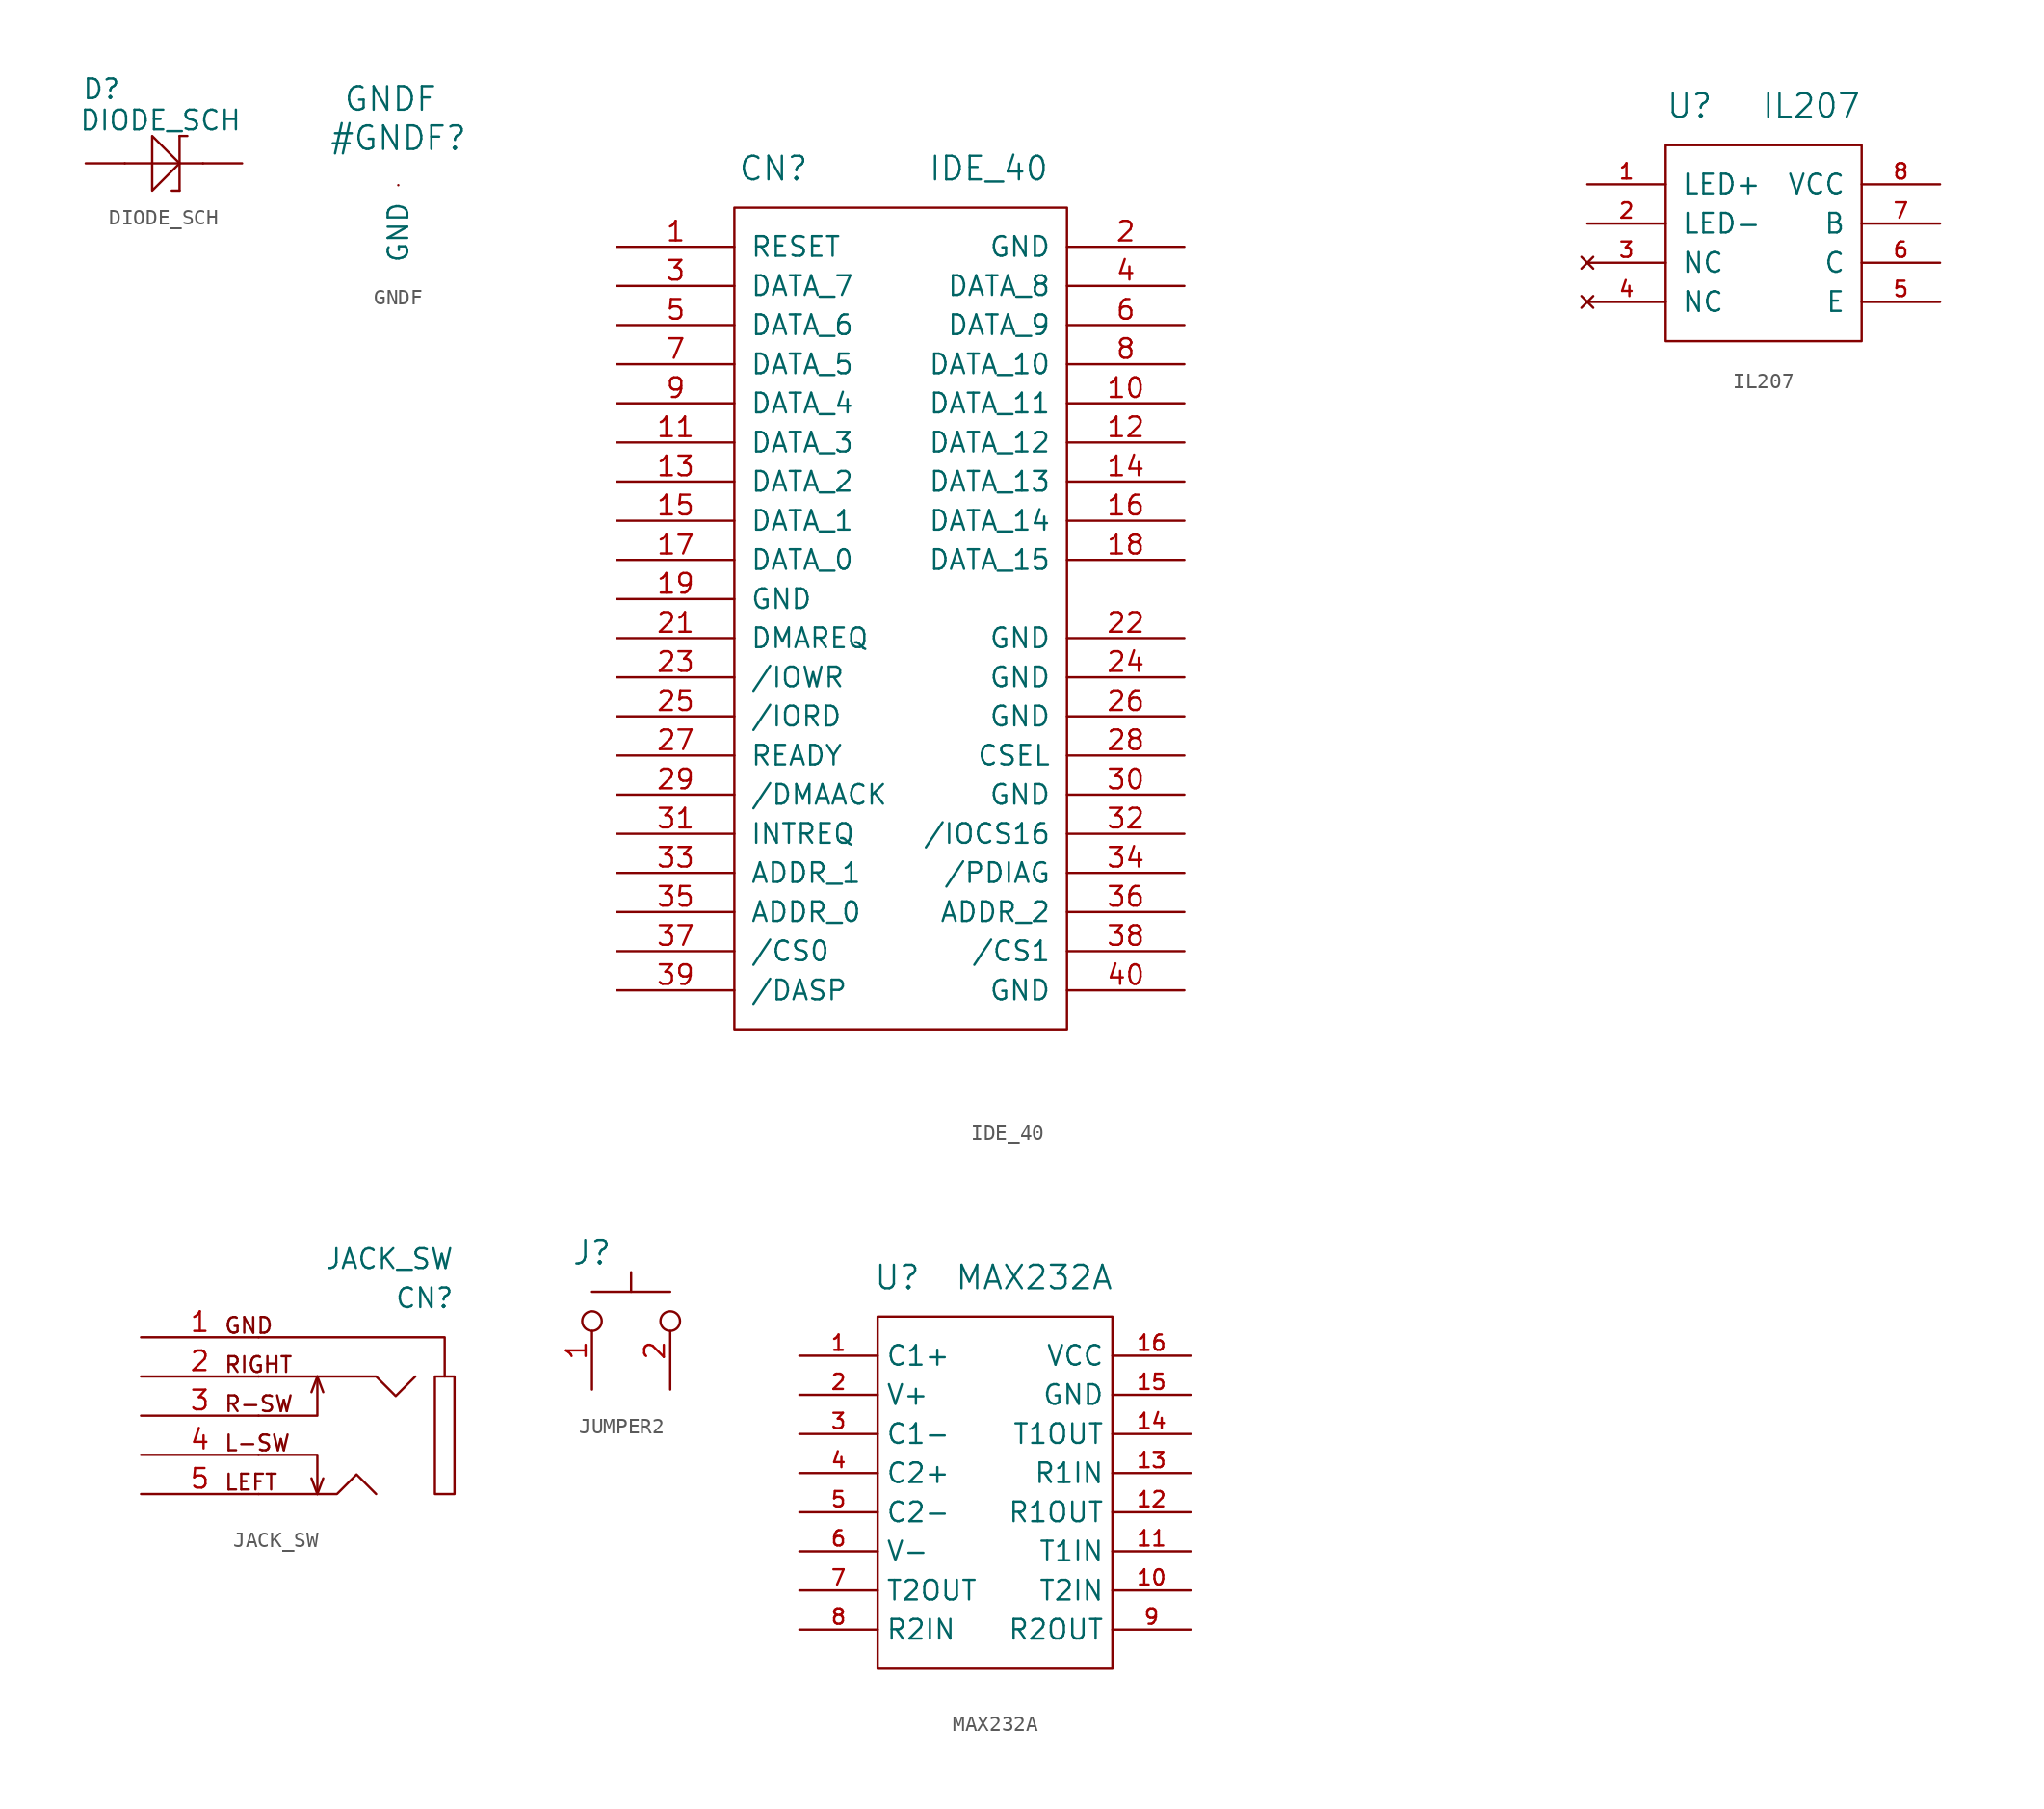
<source format=kicad_sym>
(kicad_symbol_lib
  (version 20211014)
  (generator kicad_symbol_editor)
  (symbol "DIODE_SCH"
    (pin_numbers hide)
    (pin_names
      (offset 1.016) hide)
    (property "Reference" "D"
      (at -5.334 4.826 0)
      (effects (font (size 1.27 1.27)) (justify left)))
    (property "Value" "DIODE_SCH"
      (at 5.08 2.794 0)
      (effects (font (size 1.27 1.27)) (justify right)))
    (property "Footprint" ""
      (at 0 0 0)
      (effects (font (size 1.524 1.524))))
    (property "Datasheet" ""
      (at 0 0 0)
      (effects (font (size 1.524 1.524))))
    (symbol "DIODE_SCH_0_1"
      (polyline (pts (xy -2.54 0) (xy 2.54 0)) (stroke (width 0) (type default) (color 0 0 0 0)) (fill (type none)))
      (polyline (pts (xy 1.016 -1.778) (xy 0.508 -1.778)) (stroke (width 0) (type default) (color 0 0 0 0)) (fill (type none)))
      (polyline (pts (xy 1.016 1.778) (xy 1.016 -1.778)) (stroke (width 0) (type default) (color 0 0 0 0)) (fill (type none)))
      (polyline (pts (xy 1.016 1.778) (xy 1.524 1.778)) (stroke (width 0) (type default) (color 0 0 0 0)) (fill (type none)))
      (polyline (pts (xy -0.762 1.778) (xy 1.016 0) (xy -0.762 -1.778) (xy -0.762 1.778)) (stroke (width 0) (type default) (color 0 0 0 0)) (fill (type none))))
    (symbol "DIODE_SCH_1_1"
      (pin passive line (at -5.08 0 0) (length 2.54) (name "1" (effects (font (size 1.27 1.27)))) (number "1" (effects (font (size 1.27 1.27)))))
      (pin passive line (at 5.08 0 180) (length 2.54) (name "2" (effects (font (size 1.27 1.27)))) (number "2" (effects (font (size 1.27 1.27)))))))
  (symbol "GNDF"
    (power)
    (pin_numbers hide)
    (pin_names
      (offset 1.016))
    (property "Reference" "#GNDF"
      (at 0 3.048 0)
      (effects (font (size 1.524 1.524))))
    (property "Value" "GNDF"
      (at -0.508 5.588 0)
      (effects (font (size 1.524 1.524))))
    (property "Footprint" ""
      (at 0 0 0)
      (effects (font (size 1.524 1.524))))
    (property "Datasheet" ""
      (at 0 0 0)
      (effects (font (size 1.524 1.524))))
    (symbol "GNDF_1_1"
      (pin power_out line (at 0 0 270) (length 0) (name "GND" (effects (font (size 1.27 1.27)))) (number "1" (effects (font (size 1.27 1.27)))))))
  (symbol "IDE_40"
    (pin_names
      (offset 1.016))
    (property "Reference" "CN"
      (at -7.62 29.21 0)
      (effects (font (size 1.524 1.524))))
    (property "Value" "IDE_40"
      (at 6.35 29.21 0)
      (effects (font (size 1.524 1.524))))
    (property "Footprint" ""
      (at 33.02 27.94 0)
      (effects (font (size 1.524 1.524))))
    (property "Datasheet" ""
      (at 33.02 27.94 0)
      (effects (font (size 1.524 1.524))))
    (symbol "IDE_40_0_1"
      (rectangle (start -10.16 -26.67) (end 11.43 26.67) (stroke (width 0) (type default) (color 0 0 0 0)) (fill (type none))))
    (symbol "IDE_40_1_1"
      (pin passive line (at -17.78 24.13 0) (length 7.62) (name "RESET" (effects (font (size 1.27 1.27)))) (number "1" (effects (font (size 1.27 1.27)))))
      (pin passive line (at 19.05 13.97 180) (length 7.62) (name "DATA_11" (effects (font (size 1.27 1.27)))) (number "10" (effects (font (size 1.27 1.27)))))
      (pin passive line (at -17.78 11.43 0) (length 7.62) (name "DATA_3" (effects (font (size 1.27 1.27)))) (number "11" (effects (font (size 1.27 1.27)))))
      (pin passive line (at 19.05 11.43 180) (length 7.62) (name "DATA_12" (effects (font (size 1.27 1.27)))) (number "12" (effects (font (size 1.27 1.27)))))
      (pin passive line (at -17.78 8.89 0) (length 7.62) (name "DATA_2" (effects (font (size 1.27 1.27)))) (number "13" (effects (font (size 1.27 1.27)))))
      (pin passive line (at 19.05 8.89 180) (length 7.62) (name "DATA_13" (effects (font (size 1.27 1.27)))) (number "14" (effects (font (size 1.27 1.27)))))
      (pin passive line (at -17.78 6.35 0) (length 7.62) (name "DATA_1" (effects (font (size 1.27 1.27)))) (number "15" (effects (font (size 1.27 1.27)))))
      (pin passive line (at 19.05 6.35 180) (length 7.62) (name "DATA_14" (effects (font (size 1.27 1.27)))) (number "16" (effects (font (size 1.27 1.27)))))
      (pin passive line (at -17.78 3.81 0) (length 7.62) (name "DATA_0" (effects (font (size 1.27 1.27)))) (number "17" (effects (font (size 1.27 1.27)))))
      (pin passive line (at 19.05 3.81 180) (length 7.62) (name "DATA_15" (effects (font (size 1.27 1.27)))) (number "18" (effects (font (size 1.27 1.27)))))
      (pin passive line (at -17.78 1.27 0) (length 7.62) (name "GND" (effects (font (size 1.27 1.27)))) (number "19" (effects (font (size 1.27 1.27)))))
      (pin passive line (at 19.05 24.13 180) (length 7.62) (name "GND" (effects (font (size 1.27 1.27)))) (number "2" (effects (font (size 1.27 1.27)))))
      (pin passive line (at -17.78 -1.27 0) (length 7.62) (name "DMAREQ" (effects (font (size 1.27 1.27)))) (number "21" (effects (font (size 1.27 1.27)))))
      (pin passive line (at 19.05 -1.27 180) (length 7.62) (name "GND" (effects (font (size 1.27 1.27)))) (number "22" (effects (font (size 1.27 1.27)))))
      (pin passive line (at -17.78 -3.81 0) (length 7.62) (name "/IOWR" (effects (font (size 1.27 1.27)))) (number "23" (effects (font (size 1.27 1.27)))))
      (pin passive line (at 19.05 -3.81 180) (length 7.62) (name "GND" (effects (font (size 1.27 1.27)))) (number "24" (effects (font (size 1.27 1.27)))))
      (pin passive line (at -17.78 -6.35 0) (length 7.62) (name "/IORD" (effects (font (size 1.27 1.27)))) (number "25" (effects (font (size 1.27 1.27)))))
      (pin passive line (at 19.05 -6.35 180) (length 7.62) (name "GND" (effects (font (size 1.27 1.27)))) (number "26" (effects (font (size 1.27 1.27)))))
      (pin passive line (at -17.78 -8.89 0) (length 7.62) (name "READY" (effects (font (size 1.27 1.27)))) (number "27" (effects (font (size 1.27 1.27)))))
      (pin passive line (at 19.05 -8.89 180) (length 7.62) (name "CSEL" (effects (font (size 1.27 1.27)))) (number "28" (effects (font (size 1.27 1.27)))))
      (pin passive line (at -17.78 -11.43 0) (length 7.62) (name "/DMAACK" (effects (font (size 1.27 1.27)))) (number "29" (effects (font (size 1.27 1.27)))))
      (pin passive line (at -17.78 21.59 0) (length 7.62) (name "DATA_7" (effects (font (size 1.27 1.27)))) (number "3" (effects (font (size 1.27 1.27)))))
      (pin passive line (at 19.05 -11.43 180) (length 7.62) (name "GND" (effects (font (size 1.27 1.27)))) (number "30" (effects (font (size 1.27 1.27)))))
      (pin passive line (at -17.78 -13.97 0) (length 7.62) (name "INTREQ" (effects (font (size 1.27 1.27)))) (number "31" (effects (font (size 1.27 1.27)))))
      (pin passive line (at 19.05 -13.97 180) (length 7.62) (name "/IOCS16" (effects (font (size 1.27 1.27)))) (number "32" (effects (font (size 1.27 1.27)))))
      (pin passive line (at -17.78 -16.51 0) (length 7.62) (name "ADDR_1" (effects (font (size 1.27 1.27)))) (number "33" (effects (font (size 1.27 1.27)))))
      (pin passive line (at 19.05 -16.51 180) (length 7.62) (name "/PDIAG" (effects (font (size 1.27 1.27)))) (number "34" (effects (font (size 1.27 1.27)))))
      (pin passive line (at -17.78 -19.05 0) (length 7.62) (name "ADDR_0" (effects (font (size 1.27 1.27)))) (number "35" (effects (font (size 1.27 1.27)))))
      (pin passive line (at 19.05 -19.05 180) (length 7.62) (name "ADDR_2" (effects (font (size 1.27 1.27)))) (number "36" (effects (font (size 1.27 1.27)))))
      (pin passive line (at -17.78 -21.59 0) (length 7.62) (name "/CS0" (effects (font (size 1.27 1.27)))) (number "37" (effects (font (size 1.27 1.27)))))
      (pin passive line (at 19.05 -21.59 180) (length 7.62) (name "/CS1" (effects (font (size 1.27 1.27)))) (number "38" (effects (font (size 1.27 1.27)))))
      (pin passive line (at -17.78 -24.13 0) (length 7.62) (name "/DASP" (effects (font (size 1.27 1.27)))) (number "39" (effects (font (size 1.27 1.27)))))
      (pin passive line (at 19.05 21.59 180) (length 7.62) (name "DATA_8" (effects (font (size 1.27 1.27)))) (number "4" (effects (font (size 1.27 1.27)))))
      (pin passive line (at 19.05 -24.13 180) (length 7.62) (name "GND" (effects (font (size 1.27 1.27)))) (number "40" (effects (font (size 1.27 1.27)))))
      (pin passive line (at -17.78 19.05 0) (length 7.62) (name "DATA_6" (effects (font (size 1.27 1.27)))) (number "5" (effects (font (size 1.27 1.27)))))
      (pin passive line (at 19.05 19.05 180) (length 7.62) (name "DATA_9" (effects (font (size 1.27 1.27)))) (number "6" (effects (font (size 1.27 1.27)))))
      (pin passive line (at -17.78 16.51 0) (length 7.62) (name "DATA_5" (effects (font (size 1.27 1.27)))) (number "7" (effects (font (size 1.27 1.27)))))
      (pin passive line (at 19.05 16.51 180) (length 7.62) (name "DATA_10" (effects (font (size 1.27 1.27)))) (number "8" (effects (font (size 1.27 1.27)))))
      (pin passive line (at -17.78 13.97 0) (length 7.62) (name "DATA_4" (effects (font (size 1.27 1.27)))) (number "9" (effects (font (size 1.27 1.27)))))))
  (symbol "IL207"
    (pin_names
      (offset 1.016))
    (property "Reference" "U"
      (at -6.35 8.89 0)
      (effects (font (size 1.524 1.524)) (justify left)))
    (property "Value" "IL207"
      (at 6.35 8.89 0)
      (effects (font (size 1.524 1.524)) (justify right)))
    (property "Footprint" ""
      (at 0 0 0)
      (effects (font (size 1.524 1.524))))
    (property "Datasheet" ""
      (at 0 0 0)
      (effects (font (size 1.524 1.524))))
    (symbol "IL207_0_0"
      (rectangle (start -6.35 6.35) (end 6.35 -6.35) (stroke (width 0) (type default) (color 0 0 0 0)) (fill (type none))))
    (symbol "IL207_1_1"
      (pin passive line (at -11.43 3.81 0) (length 5.08) (name "LED+" (effects (font (size 1.27 1.27)))) (number "1" (effects (font (size 0.991 0.991)))))
      (pin input line (at -11.43 1.27 0) (length 5.08) (name "LED-" (effects (font (size 1.27 1.27)))) (number "2" (effects (font (size 0.991 0.991)))))
      (pin no_connect line (at -11.43 -1.27 0) (length 5.08) (name "NC" (effects (font (size 1.27 1.27)))) (number "3" (effects (font (size 0.991 0.991)))))
      (pin no_connect line (at -11.43 -3.81 0) (length 5.08) (name "NC" (effects (font (size 1.27 1.27)))) (number "4" (effects (font (size 0.991 0.991)))))
      (pin passive line (at 11.43 -3.81 180) (length 5.08) (name "E" (effects (font (size 1.27 1.27)))) (number "5" (effects (font (size 0.991 0.991)))))
      (pin passive line (at 11.43 -1.27 180) (length 5.08) (name "C" (effects (font (size 1.27 1.27)))) (number "6" (effects (font (size 0.991 0.991)))))
      (pin passive line (at 11.43 1.27 180) (length 5.08) (name "B" (effects (font (size 1.27 1.27)))) (number "7" (effects (font (size 0.991 0.991)))))
      (pin power_in line (at 11.43 3.81 180) (length 5.08) (name "VCC" (effects (font (size 1.27 1.27)))) (number "8" (effects (font (size 0.991 0.991)))))))
  (symbol "JACK_SW"
    (pin_names
      (offset 1.016) hide)
    (property "Reference" "CN"
      (at 12.7 7.62 0)
      (effects (font (size 1.27 1.27)) (justify right)))
    (property "Value" "JACK_SW"
      (at 12.7 10.16 0)
      (effects (font (size 1.27 1.27)) (justify right)))
    (property "Footprint" ""
      (at -10.16 7.62 0)
      (effects (font (size 1.524 1.524))))
    (property "Datasheet" ""
      (at -10.16 7.62 0)
      (effects (font (size 1.524 1.524))))
    (symbol "JACK_SW_0_0"
      (text "GND" (at -2.286 5.842 0) (effects (font (size 1.016 1.016)) (justify left)))
      (text "L-SW" (at -2.286 -1.778 0) (effects (font (size 1.016 1.016)) (justify left)))
      (text "LEFT" (at -2.286 -4.318 0) (effects (font (size 1.016 1.016)) (justify left)))
      (text "R-SW" (at -2.286 0.762 0) (effects (font (size 1.016 1.016)) (justify left)))
      (text "RIGHT" (at -2.286 3.302 0) (effects (font (size 1.016 1.016)) (justify left))))
    (symbol "JACK_SW_0_1"
      (polyline (pts (xy 3.81 -5.08) (xy 3.429 -4.064)) (stroke (width 0) (type default) (color 0 0 0 0)) (fill (type none)))
      (polyline (pts (xy 3.81 -5.08) (xy 4.191 -4.064)) (stroke (width 0) (type default) (color 0 0 0 0)) (fill (type none)))
      (polyline (pts (xy 3.81 2.54) (xy 3.429 1.524)) (stroke (width 0) (type default) (color 0 0 0 0)) (fill (type none)))
      (polyline (pts (xy 3.81 2.54) (xy 4.191 1.524)) (stroke (width 0) (type default) (color 0 0 0 0)) (fill (type none)))
      (polyline (pts (xy 0 -2.54) (xy 3.81 -2.54) (xy 3.81 -5.08)) (stroke (width 0) (type default) (color 0 0 0 0)) (fill (type none)))
      (polyline (pts (xy 0 0) (xy 3.81 0) (xy 3.81 2.54)) (stroke (width 0) (type default) (color 0 0 0 0)) (fill (type none)))
      (polyline (pts (xy 12.065 2.54) (xy 12.065 5.08) (xy 0 5.08)) (stroke (width 0) (type default) (color 0 0 0 0)) (fill (type none)))
      (polyline (pts (xy 0 -5.08) (xy 5.08 -5.08) (xy 6.35 -3.81) (xy 7.62 -5.08)) (stroke (width 0) (type default) (color 0 0 0 0)) (fill (type none)))
      (polyline (pts (xy 0 2.54) (xy 7.62 2.54) (xy 8.89 1.27) (xy 10.16 2.54)) (stroke (width 0) (type default) (color 0 0 0 0)) (fill (type none)))
      (rectangle (start 11.43 2.54) (end 12.7 -5.08) (stroke (width 0) (type default) (color 0 0 0 0)) (fill (type none))))
    (symbol "JACK_SW_1_1"
      (pin passive line (at -7.62 5.08 0) (length 7.62) (name "1" (effects (font (size 1.27 1.27)))) (number "1" (effects (font (size 1.27 1.27)))))
      (pin passive line (at -7.62 2.54 0) (length 7.62) (name "2" (effects (font (size 1.27 1.27)))) (number "2" (effects (font (size 1.27 1.27)))))
      (pin passive line (at -7.62 0 0) (length 7.62) (name "3" (effects (font (size 1.27 1.27)))) (number "3" (effects (font (size 1.27 1.27)))))
      (pin passive line (at -7.62 -2.54 0) (length 7.62) (name "4" (effects (font (size 1.27 1.27)))) (number "4" (effects (font (size 1.27 1.27)))))
      (pin passive line (at -7.62 -5.08 0) (length 7.62) (name "5" (effects (font (size 1.27 1.27)))) (number "5" (effects (font (size 1.27 1.27)))))))
  (symbol "JUMPER2"
    (pin_names
      (offset 1.016) hide)
    (property "Reference" "J"
      (at -2.54 6.35 0)
      (effects (font (size 1.524 1.524))))
    (property "Footprint" ""
      (at 0 0 0)
      (effects (font (size 1.524 1.524))))
    (property "Datasheet" ""
      (at 0 0 0)
      (effects (font (size 1.524 1.524))))
    (symbol "JUMPER2_0_1"
      (polyline (pts (xy -2.54 3.81) (xy 2.54 3.81)) (stroke (width 0) (type default) (color 0 0 0 0)) (fill (type none)))
      (polyline (pts (xy 0 5.08) (xy 0 3.81)) (stroke (width 0) (type default) (color 0 0 0 0)) (fill (type none))))
    (symbol "JUMPER2_1_1"
      (pin passive inverted (at -2.54 -2.54 90) (length 5.08) (name "A" (effects (font (size 1.27 1.27)))) (number "1" (effects (font (size 1.27 1.27)))))
      (pin passive inverted (at 2.54 -2.54 90) (length 5.08) (name "B" (effects (font (size 1.27 1.27)))) (number "2" (effects (font (size 1.27 1.27)))))))
  (symbol "MAX232A"
    (property "Reference" "U"
      (at -6.35 13.97 0)
      (effects (font (size 1.524 1.524))))
    (property "Value" "MAX232A"
      (at 2.54 13.97 0)
      (effects (font (size 1.524 1.524))))
    (property "Footprint" ""
      (at -1.27 7.62 0)
      (effects (font (size 1.524 1.524))))
    (property "Datasheet" ""
      (at -1.27 7.62 0)
      (effects (font (size 1.524 1.524))))
    (symbol "MAX232A_0_1"
      (rectangle (start -7.62 11.43) (end 7.62 -11.43) (stroke (width 0) (type default) (color 0 0 0 0)) (fill (type none))))
    (symbol "MAX232A_1_1"
      (pin passive line (at -12.7 8.89 0) (length 5.08) (name "C1+" (effects (font (size 1.27 1.27)))) (number "1" (effects (font (size 0.991 0.991)))))
      (pin input line (at 12.7 -6.35 180) (length 5.08) (name "T2IN" (effects (font (size 1.27 1.27)))) (number "10" (effects (font (size 0.991 0.991)))))
      (pin input line (at 12.7 -3.81 180) (length 5.08) (name "T1IN" (effects (font (size 1.27 1.27)))) (number "11" (effects (font (size 0.991 0.991)))))
      (pin output line (at 12.7 -1.27 180) (length 5.08) (name "R1OUT" (effects (font (size 1.27 1.27)))) (number "12" (effects (font (size 0.991 0.991)))))
      (pin input line (at 12.7 1.27 180) (length 5.08) (name "R1IN" (effects (font (size 1.27 1.27)))) (number "13" (effects (font (size 0.991 0.991)))))
      (pin output line (at 12.7 3.81 180) (length 5.08) (name "T1OUT" (effects (font (size 1.27 1.27)))) (number "14" (effects (font (size 0.991 0.991)))))
      (pin passive line (at 12.7 6.35 180) (length 5.08) (name "GND" (effects (font (size 1.27 1.27)))) (number "15" (effects (font (size 0.991 0.991)))))
      (pin power_in line (at 12.7 8.89 180) (length 5.08) (name "VCC" (effects (font (size 1.27 1.27)))) (number "16" (effects (font (size 0.991 0.991)))))
      (pin passive line (at -12.7 6.35 0) (length 5.08) (name "V+" (effects (font (size 1.27 1.27)))) (number "2" (effects (font (size 0.991 0.991)))))
      (pin passive line (at -12.7 3.81 0) (length 5.08) (name "C1-" (effects (font (size 1.27 1.27)))) (number "3" (effects (font (size 0.991 0.991)))))
      (pin passive line (at -12.7 1.27 0) (length 5.08) (name "C2+" (effects (font (size 1.27 1.27)))) (number "4" (effects (font (size 0.991 0.991)))))
      (pin passive line (at -12.7 -1.27 0) (length 5.08) (name "C2-" (effects (font (size 1.27 1.27)))) (number "5" (effects (font (size 0.991 0.991)))))
      (pin passive line (at -12.7 -3.81 0) (length 5.08) (name "V-" (effects (font (size 1.27 1.27)))) (number "6" (effects (font (size 0.991 0.991)))))
      (pin output line (at -12.7 -6.35 0) (length 5.08) (name "T2OUT" (effects (font (size 1.27 1.27)))) (number "7" (effects (font (size 0.991 0.991)))))
      (pin input line (at -12.7 -8.89 0) (length 5.08) (name "R2IN" (effects (font (size 1.27 1.27)))) (number "8" (effects (font (size 0.991 0.991)))))
      (pin output line (at 12.7 -8.89 180) (length 5.08) (name "R2OUT" (effects (font (size 1.27 1.27)))) (number "9" (effects (font (size 0.991 0.991))))))))
</source>
